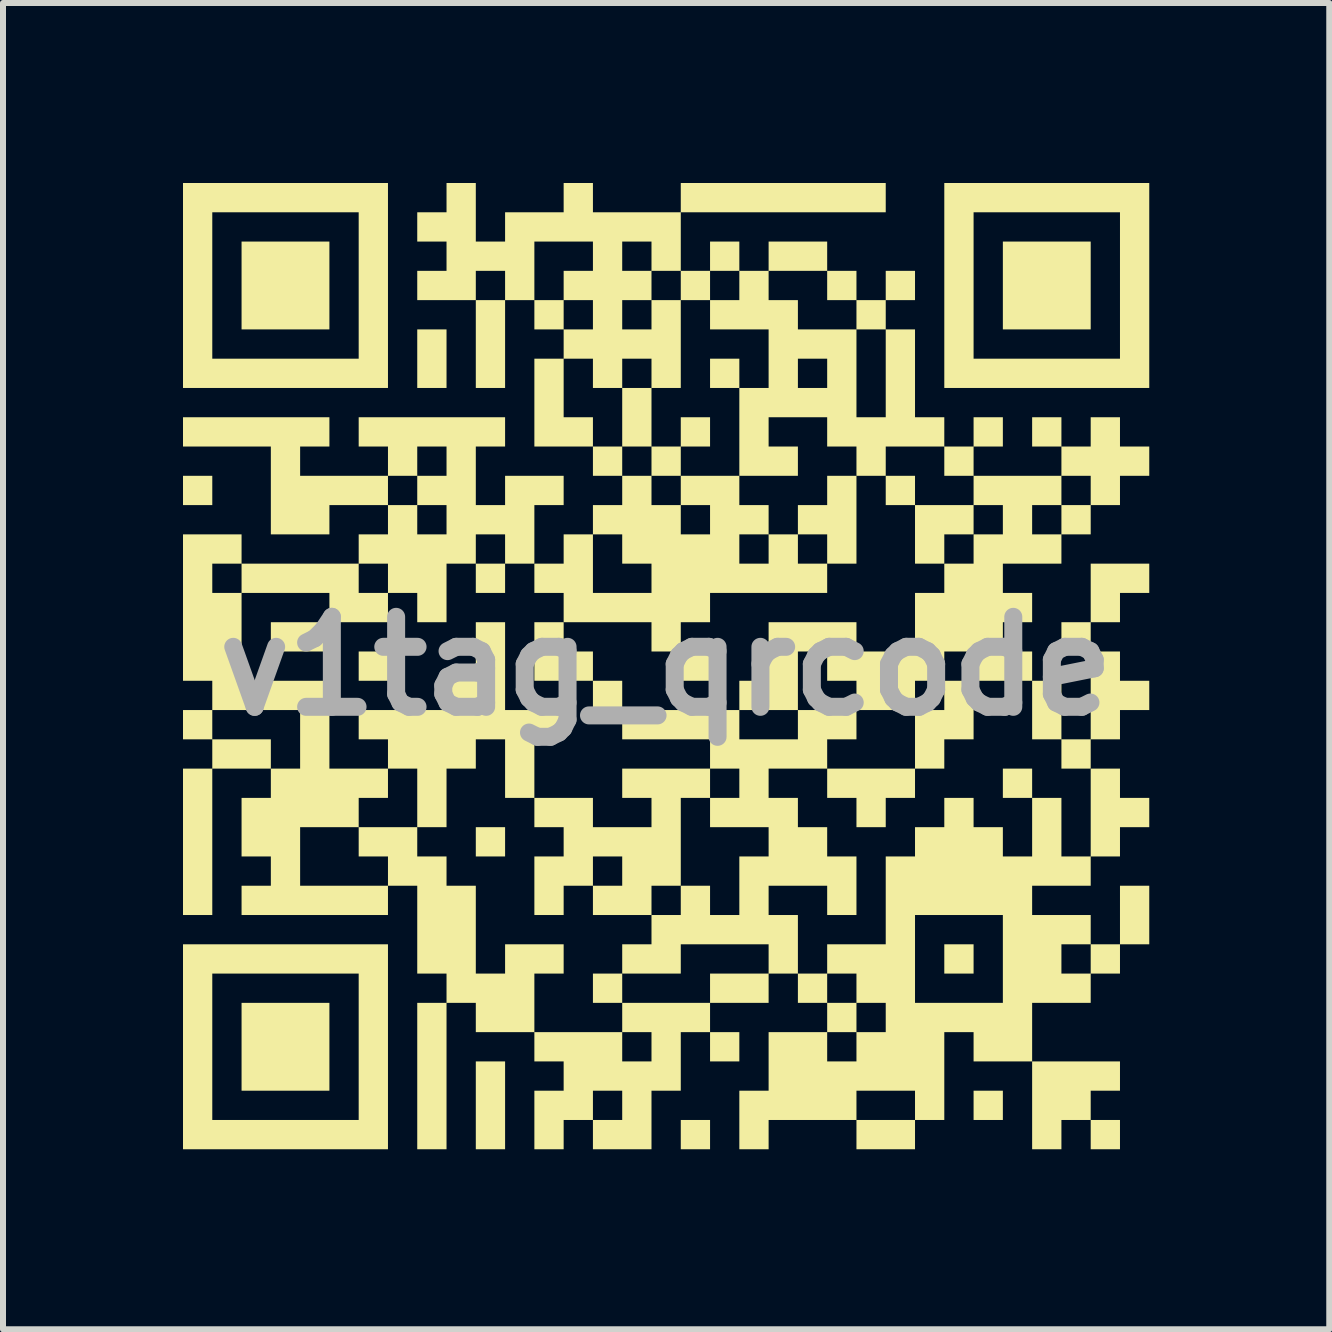
<source format=kicad_pcb>
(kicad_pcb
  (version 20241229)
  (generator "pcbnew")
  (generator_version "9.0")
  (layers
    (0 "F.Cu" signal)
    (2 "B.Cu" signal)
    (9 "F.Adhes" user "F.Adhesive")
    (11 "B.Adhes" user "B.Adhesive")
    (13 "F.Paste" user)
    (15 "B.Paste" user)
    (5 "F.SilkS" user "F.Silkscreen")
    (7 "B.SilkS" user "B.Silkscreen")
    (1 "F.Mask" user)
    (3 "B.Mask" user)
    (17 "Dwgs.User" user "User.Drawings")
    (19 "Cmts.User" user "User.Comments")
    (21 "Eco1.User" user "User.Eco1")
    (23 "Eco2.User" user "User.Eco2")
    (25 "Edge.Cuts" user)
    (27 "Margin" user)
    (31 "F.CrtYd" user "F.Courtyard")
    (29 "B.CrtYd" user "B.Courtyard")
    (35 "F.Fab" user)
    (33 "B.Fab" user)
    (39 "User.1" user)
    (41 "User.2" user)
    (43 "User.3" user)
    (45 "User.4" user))
  (footprint "v1tag_qrcode"
    (layer "F.Cu")
    (at 8.052 8.052)
    (property "Reference" "v1tag_qrcode" (at 0 0 0) (layer "F.Fab") (effects (font (size 1.5 1.5) (thickness 0.3))))
    (attr board_only exclude_from_pos_files exclude_from_bom)
    (fp_poly (pts (xy -7.564 -2.928) (xy -7.564 -2.684) (xy -7.808 -2.684) (xy -8.052 -2.684) (xy -8.052 -2.928) (xy -8.052 -3.172) (xy -7.808 -3.172) (xy -7.564 -3.172)) (stroke (width 0) (type solid)) (fill yes) (layer "F.SilkS"))
    (fp_poly (pts (xy -5.612 -6.344) (xy -5.612 -5.612) (xy -6.344 -5.612) (xy -7.076 -5.612) (xy -7.076 -6.344) (xy -7.076 -7.076) (xy -6.344 -7.076) (xy -5.612 -7.076)) (stroke (width 0) (type solid)) (fill yes) (layer "F.SilkS"))
    (fp_poly (pts (xy -5.612 -0.488) (xy -5.612 -0.244) (xy -6.1 -0.244) (xy -6.588 -0.244) (xy -6.588 -0.488) (xy -6.588 -0.732) (xy -6.1 -0.732) (xy -5.612 -0.732)) (stroke (width 0) (type solid)) (fill yes) (layer "F.SilkS"))
    (fp_poly (pts (xy -5.612 6.344) (xy -5.612 7.076) (xy -6.344 7.076) (xy -7.076 7.076) (xy -7.076 6.344) (xy -7.076 5.612) (xy -6.344 5.612) (xy -5.612 5.612)) (stroke (width 0) (type solid)) (fill yes) (layer "F.SilkS"))
    (fp_poly (pts (xy -4.636 0) (xy -4.636 0.244) (xy -4.88 0.244) (xy -5.124 0.244) (xy -5.124 0) (xy -5.124 -0.244) (xy -4.88 -0.244) (xy -4.636 -0.244)) (stroke (width 0) (type solid)) (fill yes) (layer "F.SilkS"))
    (fp_poly (pts (xy -3.66 -5.124) (xy -3.66 -4.636) (xy -3.904 -4.636) (xy -4.148 -4.636) (xy -4.148 -5.124) (xy -4.148 -5.612) (xy -3.904 -5.612) (xy -3.66 -5.612)) (stroke (width 0) (type solid)) (fill yes) (layer "F.SilkS"))
    (fp_poly (pts (xy -2.684 -1.464) (xy -2.684 -1.22) (xy -2.928 -1.22) (xy -3.172 -1.22) (xy -3.172 -1.464) (xy -3.172 -1.708) (xy -2.928 -1.708) (xy -2.684 -1.708)) (stroke (width 0) (type solid)) (fill yes) (layer "F.SilkS"))
    (fp_poly (pts (xy -2.684 2.928) (xy -2.684 3.172) (xy -2.928 3.172) (xy -3.172 3.172) (xy -3.172 2.928) (xy -3.172 2.684) (xy -2.928 2.684) (xy -2.684 2.684)) (stroke (width 0) (type solid)) (fill yes) (layer "F.SilkS"))
    (fp_poly (pts (xy -2.684 7.32) (xy -2.684 8.052) (xy -2.928 8.052) (xy -3.172 8.052) (xy -3.172 7.32) (xy -3.172 6.588) (xy -2.928 6.588) (xy -2.684 6.588)) (stroke (width 0) (type solid)) (fill yes) (layer "F.SilkS"))
    (fp_poly (pts (xy -0.732 -3.416) (xy -0.732 -3.172) (xy -0.976 -3.172) (xy -1.22 -3.172) (xy -1.22 -3.416) (xy -1.22 -3.66) (xy -0.976 -3.66) (xy -0.732 -3.66)) (stroke (width 0) (type solid)) (fill yes) (layer "F.SilkS"))
    (fp_poly (pts (xy -0.732 0.488) (xy -0.732 0.732) (xy -0.976 0.732) (xy -1.22 0.732) (xy -1.22 0.488) (xy -1.22 0.244) (xy -0.976 0.244) (xy -0.732 0.244)) (stroke (width 0) (type solid)) (fill yes) (layer "F.SilkS"))
    (fp_poly (pts (xy -0.732 5.368) (xy -0.732 5.612) (xy -0.976 5.612) (xy -1.22 5.612) (xy -1.22 5.368) (xy -1.22 5.124) (xy -0.976 5.124) (xy -0.732 5.124)) (stroke (width 0) (type solid)) (fill yes) (layer "F.SilkS"))
    (fp_poly (pts (xy 0.732 0) (xy 0.732 0.244) (xy 0.488 0.244) (xy 0.244 0.244) (xy 0.244 0) (xy 0.244 -0.244) (xy 0.488 -0.244) (xy 0.732 -0.244)) (stroke (width 0) (type solid)) (fill yes) (layer "F.SilkS"))
    (fp_poly (pts (xy 0.732 7.808) (xy 0.732 8.052) (xy 0.488 8.052) (xy 0.244 8.052) (xy 0.244 7.808) (xy 0.244 7.564) (xy 0.488 7.564) (xy 0.732 7.564)) (stroke (width 0) (type solid)) (fill yes) (layer "F.SilkS"))
    (fp_poly (pts (xy 1.22 -4.88) (xy 1.22 -4.636) (xy 0.976 -4.636) (xy 0.732 -4.636) (xy 0.732 -4.88) (xy 0.732 -5.124) (xy 0.976 -5.124) (xy 1.22 -5.124)) (stroke (width 0) (type solid)) (fill yes) (layer "F.SilkS"))
    (fp_poly (pts (xy 1.22 6.344) (xy 1.22 6.588) (xy 0.976 6.588) (xy 0.732 6.588) (xy 0.732 6.344) (xy 0.732 6.1) (xy 0.976 6.1) (xy 1.22 6.1)) (stroke (width 0) (type solid)) (fill yes) (layer "F.SilkS"))
    (fp_poly (pts (xy 4.148 -2.928) (xy 4.148 -2.684) (xy 3.904 -2.684) (xy 3.66 -2.684) (xy 3.66 -2.928) (xy 3.66 -3.172) (xy 3.904 -3.172) (xy 4.148 -3.172)) (stroke (width 0) (type solid)) (fill yes) (layer "F.SilkS"))
    (fp_poly (pts (xy 5.124 4.88) (xy 5.124 5.124) (xy 4.88 5.124) (xy 4.636 5.124) (xy 4.636 4.88) (xy 4.636 4.636) (xy 4.88 4.636) (xy 5.124 4.636)) (stroke (width 0) (type solid)) (fill yes) (layer "F.SilkS"))
    (fp_poly (pts (xy 5.612 7.32) (xy 5.612 7.564) (xy 5.368 7.564) (xy 5.124 7.564) (xy 5.124 7.32) (xy 5.124 7.076) (xy 5.368 7.076) (xy 5.612 7.076)) (stroke (width 0) (type solid)) (fill yes) (layer "F.SilkS"))
    (fp_poly (pts (xy 6.1 1.952) (xy 6.1 2.196) (xy 5.856 2.196) (xy 5.612 2.196) (xy 5.612 1.952) (xy 5.612 1.708) (xy 5.856 1.708) (xy 6.1 1.708)) (stroke (width 0) (type solid)) (fill yes) (layer "F.SilkS"))
    (fp_poly (pts (xy 7.076 -6.344) (xy 7.076 -5.612) (xy 6.344 -5.612) (xy 5.612 -5.612) (xy 5.612 -6.344) (xy 5.612 -7.076) (xy 6.344 -7.076) (xy 7.076 -7.076)) (stroke (width 0) (type solid)) (fill yes) (layer "F.SilkS"))
    (fp_poly (pts (xy 7.564 7.808) (xy 7.564 8.052) (xy 7.32 8.052) (xy 7.076 8.052) (xy 7.076 7.808) (xy 7.076 7.564) (xy 7.32 7.564) (xy 7.564 7.564)) (stroke (width 0) (type solid)) (fill yes) (layer "F.SilkS"))
    (fp_poly (pts (xy -1.708 -0.488) (xy -1.708 -0.244) (xy -1.464 -0.244) (xy -1.22 -0.244) (xy -1.22 0) (xy -1.22 0.244) (xy -1.708 0.244) (xy -2.196 0.244) (xy -2.196 -0.244) (xy -2.196 -0.732) (xy -1.952 -0.732) (xy -1.708 -0.732)) (stroke (width 0) (type solid)) (fill yes) (layer "F.SilkS"))
    (fp_poly (pts (xy 5.124 -2.44) (xy 5.124 -2.196) (xy 4.88 -2.196) (xy 4.636 -2.196) (xy 4.636 -1.952) (xy 4.636 -1.708) (xy 4.392 -1.708) (xy 4.148 -1.708) (xy 4.148 -2.196) (xy 4.148 -2.684) (xy 4.636 -2.684) (xy 5.124 -2.684)) (stroke (width 0) (type solid)) (fill yes) (layer "F.SilkS"))
    (fp_poly (pts (xy 3.172 -2.44) (xy 3.172 -1.708) (xy 2.928 -1.708) (xy 2.684 -1.708) (xy 2.684 -1.952) (xy 2.684 -2.196) (xy 2.44 -2.196) (xy 2.196 -2.196) (xy 2.196 -2.44) (xy 2.196 -2.684) (xy 2.44 -2.684) (xy 2.684 -2.684) (xy 2.684 -2.928) (xy 2.684 -3.172) (xy 2.928 -3.172) (xy 3.172 -3.172)) (stroke (width 0) (type solid)) (fill yes) (layer "F.SilkS"))
    (fp_poly (pts (xy 7.564 6.832) (xy 7.564 7.076) (xy 7.32 7.076) (xy 7.076 7.076) (xy 7.076 7.32) (xy 7.076 7.564) (xy 6.832 7.564) (xy 6.588 7.564) (xy 6.588 7.808) (xy 6.588 8.052) (xy 6.344 8.052) (xy 6.1 8.052) (xy 6.1 7.32) (xy 6.1 6.588) (xy 6.832 6.588) (xy 7.564 6.588)) (stroke (width 0) (type solid)) (fill yes) (layer "F.SilkS"))
    (fp_poly (pts (xy -4.636 -6.344) (xy -4.636 -4.636) (xy -6.344 -4.636) (xy -8.052 -4.636) (xy -8.052 -6.344) (xy -7.564 -6.344) (xy -7.564 -5.124) (xy -6.344 -5.124) (xy -5.124 -5.124) (xy -5.124 -6.344) (xy -5.124 -7.564) (xy -6.344 -7.564) (xy -7.564 -7.564) (xy -7.564 -6.344) (xy -8.052 -6.344) (xy -8.052 -8.052) (xy -6.344 -8.052) (xy -4.636 -8.052)) (stroke (width 0) (type solid)) (fill yes) (layer "F.SilkS"))
    (fp_poly (pts (xy -4.636 6.344) (xy -4.636 8.052) (xy -6.344 8.052) (xy -8.052 8.052) (xy -8.052 6.344) (xy -7.564 6.344) (xy -7.564 7.564) (xy -6.344 7.564) (xy -5.124 7.564) (xy -5.124 6.344) (xy -5.124 5.124) (xy -6.344 5.124) (xy -7.564 5.124) (xy -7.564 6.344) (xy -8.052 6.344) (xy -8.052 4.636) (xy -6.344 4.636) (xy -4.636 4.636)) (stroke (width 0) (type solid)) (fill yes) (layer "F.SilkS"))
    (fp_poly (pts (xy 8.052 -6.344) (xy 8.052 -4.636) (xy 6.344 -4.636) (xy 4.636 -4.636) (xy 4.636 -6.344) (xy 5.124 -6.344) (xy 5.124 -5.124) (xy 6.344 -5.124) (xy 7.564 -5.124) (xy 7.564 -6.344) (xy 7.564 -7.564) (xy 6.344 -7.564) (xy 5.124 -7.564) (xy 5.124 -6.344) (xy 4.636 -6.344) (xy 4.636 -8.052) (xy 6.344 -8.052) (xy 8.052 -8.052)) (stroke (width 0) (type solid)) (fill yes) (layer "F.SilkS"))
    (fp_poly (pts (xy 8.052 -1.464) (xy 8.052 -1.22) (xy 7.808 -1.22) (xy 7.564 -1.22) (xy 7.564 -0.976) (xy 7.564 -0.732) (xy 7.32 -0.732) (xy 7.076 -0.732) (xy 7.076 -0.488) (xy 7.076 -0.244) (xy 6.832 -0.244) (xy 6.588 -0.244) (xy 6.588 -0.488) (xy 6.588 -0.732) (xy 6.832 -0.732) (xy 7.076 -0.732) (xy 7.076 -1.22) (xy 7.076 -1.708) (xy 7.564 -1.708) (xy 8.052 -1.708)) (stroke (width 0) (type solid)) (fill yes) (layer "F.SilkS"))
    (fp_poly (pts (xy -0.244 -4.148) (xy -0.244 -3.66) (xy 0 -3.66) (xy 0.244 -3.66) (xy 0.244 -3.904) (xy 0.244 -4.148) (xy 0.488 -4.148) (xy 0.732 -4.148) (xy 0.732 -3.904) (xy 0.732 -3.66) (xy 0.488 -3.66) (xy 0.244 -3.66) (xy 0.244 -3.416) (xy 0.244 -3.172) (xy 0 -3.172) (xy -0.244 -3.172) (xy -0.244 -3.416) (xy -0.244 -3.66) (xy -0.488 -3.66) (xy -0.732 -3.66) (xy -0.732 -4.148) (xy -0.732 -4.636) (xy -0.488 -4.636) (xy -0.244 -4.636)) (stroke (width 0) (type solid)) (fill yes) (layer "F.SilkS"))
    (fp_poly (pts (xy 5.124 0.732) (xy 5.124 1.22) (xy 4.88 1.22) (xy 4.636 1.22) (xy 4.636 1.464) (xy 4.636 1.708) (xy 4.392 1.708) (xy 4.148 1.708) (xy 4.148 1.952) (xy 4.148 2.196) (xy 3.904 2.196) (xy 3.66 2.196) (xy 3.66 2.44) (xy 3.66 2.684) (xy 3.416 2.684) (xy 3.172 2.684) (xy 3.172 2.44) (xy 3.172 2.196) (xy 2.928 2.196) (xy 2.684 2.196) (xy 2.684 1.952) (xy 2.684 1.708) (xy 3.416 1.708) (xy 4.148 1.708) (xy 4.148 1.22) (xy 4.148 0.732) (xy 4.392 0.732) (xy 4.636 0.732) (xy 4.636 0.488) (xy 4.636 0.244) (xy 4.88 0.244) (xy 5.124 0.244)) (stroke (width 0) (type solid)) (fill yes) (layer "F.SilkS"))
    (fp_poly (pts (xy 7.564 0) (xy 7.564 0.244) (xy 7.808 0.244) (xy 8.052 0.244) (xy 8.052 0.488) (xy 8.052 0.732) (xy 7.808 0.732) (xy 7.564 0.732) (xy 7.564 0.976) (xy 7.564 1.22) (xy 7.32 1.22) (xy 7.076 1.22) (xy 7.076 1.464) (xy 7.076 1.708) (xy 6.832 1.708) (xy 6.588 1.708) (xy 6.588 1.464) (xy 6.588 1.22) (xy 6.344 1.22) (xy 6.1 1.22) (xy 6.1 0.732) (xy 6.1 0.244) (xy 6.344 0.244) (xy 6.588 0.244) (xy 6.588 0.732) (xy 6.588 1.22) (xy 6.832 1.22) (xy 7.076 1.22) (xy 7.076 0.488) (xy 7.076 -0.244) (xy 7.32 -0.244) (xy 7.564 -0.244)) (stroke (width 0) (type solid)) (fill yes) (layer "F.SilkS"))
    (fp_poly (pts (xy -2.684 0) (xy -2.684 0.732) (xy -2.196 0.732) (xy -1.708 0.732) (xy -1.708 0.976) (xy -1.708 1.22) (xy -1.952 1.22) (xy -2.196 1.22) (xy -2.196 1.708) (xy -2.196 2.196) (xy -2.44 2.196) (xy -2.684 2.196) (xy -2.684 1.708) (xy -2.684 1.22) (xy -2.928 1.22) (xy -3.172 1.22) (xy -3.172 1.464) (xy -3.172 1.708) (xy -3.416 1.708) (xy -3.66 1.708) (xy -3.66 2.196) (xy -3.66 2.684) (xy -3.904 2.684) (xy -4.148 2.684) (xy -4.148 2.196) (xy -4.148 1.708) (xy -4.392 1.708) (xy -4.636 1.708) (xy -4.636 1.464) (xy -4.636 1.22) (xy -4.88 1.22) (xy -5.124 1.22) (xy -5.124 0.976) (xy -5.124 0.732) (xy -4.392 0.732) (xy -3.66 0.732) (xy -3.66 0.488) (xy -3.66 0.244) (xy -3.416 0.244) (xy -3.172 0.244) (xy -3.172 -0.244) (xy -3.172 -0.732) (xy -2.928 -0.732) (xy -2.684 -0.732)) (stroke (width 0) (type solid)) (fill yes) (layer "F.SilkS"))
    (fp_poly (pts (xy 0.732 1.952) (xy 0.732 2.196) (xy 0.488 2.196) (xy 0.244 2.196) (xy 0.244 2.928) (xy 0.244 3.66) (xy 0 3.66) (xy -0.244 3.66) (xy -0.244 3.904) (xy -0.244 4.148) (xy -0.732 4.148) (xy -1.22 4.148) (xy -1.22 3.904) (xy -1.22 3.66) (xy -1.464 3.66) (xy -1.708 3.66) (xy -1.708 3.904) (xy -1.708 4.148) (xy -1.952 4.148) (xy -2.196 4.148) (xy -2.196 3.66) (xy -2.196 3.416) (xy -1.22 3.416) (xy -1.22 3.66) (xy -0.976 3.66) (xy -0.732 3.66) (xy -0.732 3.416) (xy -0.732 3.172) (xy -0.976 3.172) (xy -1.22 3.172) (xy -1.22 3.416) (xy -2.196 3.416) (xy -2.196 3.172) (xy -1.952 3.172) (xy -1.708 3.172) (xy -1.708 2.928) (xy -1.708 2.684) (xy -1.952 2.684) (xy -2.196 2.684) (xy -2.196 2.44) (xy -2.196 2.196) (xy -1.708 2.196) (xy -1.22 2.196) (xy -1.22 2.44) (xy -1.22 2.684) (xy -0.732 2.684) (xy -0.244 2.684) (xy -0.244 2.44) (xy -0.244 2.196) (xy -0.488 2.196) (xy -0.732 2.196) (xy -0.732 1.952) (xy -0.732 1.708) (xy 0 1.708) (xy 0.732 1.708)) (stroke (width 0) (type solid)) (fill yes) (layer "F.SilkS"))
    (fp_poly (pts (xy -3.172 -7.564) (xy -3.172 -7.076) (xy -2.928 -7.076) (xy -2.684 -7.076) (xy -2.684 -7.32) (xy -2.684 -7.564) (xy -2.196 -7.564) (xy -1.708 -7.564) (xy -1.708 -7.808) (xy -1.708 -8.052) (xy -1.464 -8.052) (xy -1.22 -8.052) (xy -1.22 -7.808) (xy -1.22 -7.564) (xy -0.488 -7.564) (xy 0.244 -7.564) (xy 0.244 -7.808) (xy 0.244 -8.052) (xy 1.952 -8.052) (xy 3.66 -8.052) (xy 3.66 -7.808) (xy 3.66 -7.564) (xy 1.952 -7.564) (xy 0.244 -7.564) (xy 0.244 -7.076) (xy 0.244 -6.588) (xy 0.488 -6.588) (xy 0.732 -6.588) (xy 0.732 -6.832) (xy 0.732 -7.076) (xy 0.976 -7.076) (xy 1.22 -7.076) (xy 1.22 -6.832) (xy 1.22 -6.588) (xy 1.464 -6.588) (xy 1.708 -6.588) (xy 1.708 -6.832) (xy 1.708 -7.076) (xy 2.196 -7.076) (xy 2.684 -7.076) (xy 2.684 -6.832) (xy 2.684 -6.588) (xy 2.196 -6.588) (xy 1.708 -6.588) (xy 1.708 -6.344) (xy 1.708 -6.1) (xy 1.952 -6.1) (xy 2.196 -6.1) (xy 2.196 -5.856) (xy 2.196 -5.612) (xy 2.684 -5.612) (xy 3.172 -5.612) (xy 3.172 -5.856) (xy 3.172 -6.1) (xy 2.928 -6.1) (xy 2.684 -6.1) (xy 2.684 -6.344) (xy 2.684 -6.588) (xy 2.928 -6.588) (xy 3.172 -6.588) (xy 3.172 -6.344) (xy 3.172 -6.1) (xy 3.416 -6.1) (xy 3.66 -6.1) (xy 3.66 -6.344) (xy 3.66 -6.588) (xy 3.904 -6.588) (xy 4.148 -6.588) (xy 4.148 -6.344) (xy 4.148 -6.1) (xy 3.904 -6.1) (xy 3.66 -6.1) (xy 3.66 -5.856) (xy 3.66 -5.612) (xy 3.416 -5.612) (xy 3.172 -5.612) (xy 3.172 -4.88) (xy 3.172 -4.148) (xy 3.416 -4.148) (xy 3.66 -4.148) (xy 3.66 -4.88) (xy 3.66 -5.612) (xy 3.904 -5.612) (xy 4.148 -5.612) (xy 4.148 -4.88) (xy 4.148 -4.148) (xy 4.392 -4.148) (xy 4.636 -4.148) (xy 4.636 -3.904) (xy 4.636 -3.66) (xy 4.88 -3.66) (xy 5.124 -3.66) (xy 5.124 -3.904) (xy 5.124 -4.148) (xy 5.368 -4.148) (xy 5.612 -4.148) (xy 5.612 -3.904) (xy 5.612 -3.66) (xy 5.368 -3.66) (xy 5.124 -3.66) (xy 5.124 -3.416) (xy 5.124 -3.172) (xy 5.856 -3.172) (xy 6.588 -3.172) (xy 6.588 -3.416) (xy 6.588 -3.66) (xy 6.344 -3.66) (xy 6.1 -3.66) (xy 6.1 -3.904) (xy 6.1 -4.148) (xy 6.344 -4.148) (xy 6.588 -4.148) (xy 6.588 -3.904) (xy 6.588 -3.66) (xy 6.832 -3.66) (xy 7.076 -3.66) (xy 7.076 -3.904) (xy 7.076 -4.148) (xy 7.32 -4.148) (xy 7.564 -4.148) (xy 7.564 -3.904) (xy 7.564 -3.66) (xy 7.808 -3.66) (xy 8.052 -3.66) (xy 8.052 -3.416) (xy 8.052 -3.172) (xy 7.808 -3.172) (xy 7.564 -3.172) (xy 7.564 -2.928) (xy 7.564 -2.684) (xy 7.32 -2.684) (xy 7.076 -2.684) (xy 7.076 -2.44) (xy 7.076 -2.196) (xy 6.832 -2.196) (xy 6.588 -2.196) (xy 6.588 -1.952) (xy 6.588 -1.708) (xy 6.1 -1.708) (xy 5.612 -1.708) (xy 5.612 -1.464) (xy 5.612 -1.22) (xy 5.856 -1.22) (xy 6.1 -1.22) (xy 6.1 -0.976) (xy 6.1 -0.732) (xy 5.856 -0.732) (xy 5.612 -0.732) (xy 5.612 -0.488) (xy 5.612 -0.244) (xy 5.856 -0.244) (xy 6.1 -0.244) (xy 6.1 0) (xy 6.1 0.244) (xy 5.612 0.244) (xy 5.124 0.244) (xy 5.124 0) (xy 5.124 -0.244) (xy 4.88 -0.244) (xy 4.636 -0.244) (xy 4.636 0) (xy 4.636 0.244) (xy 4.392 0.244) (xy 4.148 0.244) (xy 4.148 0.488) (xy 4.148 0.732) (xy 3.66 0.732) (xy 3.172 0.732) (xy 3.172 0.488) (xy 3.172 0.244) (xy 2.928 0.244) (xy 2.684 0.244) (xy 2.684 0) (xy 2.684 -0.244) (xy 2.44 -0.244) (xy 2.196 -0.244) (xy 2.196 0.244) (xy 2.196 0.732) (xy 1.708 0.732) (xy 1.22 0.732) (xy 1.22 0.488) (xy 1.22 0.244) (xy 1.464 0.244) (xy 1.708 0.244) (xy 1.708 -0.244) (xy 1.708 -0.732) (xy 2.44 -0.732) (xy 3.172 -0.732) (xy 3.172 -0.488) (xy 3.172 -0.244) (xy 3.66 -0.244) (xy 4.148 -0.244) (xy 4.148 -0.732) (xy 4.148 -1.22) (xy 4.392 -1.22) (xy 4.636 -1.22) (xy 4.636 -1.464) (xy 4.636 -1.708) (xy 4.88 -1.708) (xy 5.124 -1.708) (xy 5.124 -1.952) (xy 5.124 -2.196) (xy 5.368 -2.196) (xy 5.612 -2.196) (xy 5.612 -2.44) (xy 5.612 -2.684) (xy 6.1 -2.684) (xy 6.1 -2.44) (xy 6.1 -2.196) (xy 6.344 -2.196) (xy 6.588 -2.196) (xy 6.588 -2.44) (xy 6.588 -2.684) (xy 6.832 -2.684) (xy 7.076 -2.684) (xy 7.076 -2.928) (xy 7.076 -3.172) (xy 6.832 -3.172) (xy 6.588 -3.172) (xy 6.588 -2.928) (xy 6.588 -2.684) (xy 6.344 -2.684) (xy 6.1 -2.684) (xy 5.612 -2.684) (xy 5.368 -2.684) (xy 5.124 -2.684) (xy 5.124 -2.928) (xy 5.124 -3.172) (xy 4.88 -3.172) (xy 4.636 -3.172) (xy 4.636 -3.416) (xy 4.636 -3.66) (xy 4.148 -3.66) (xy 3.66 -3.66) (xy 3.66 -3.416) (xy 3.66 -3.172) (xy 3.416 -3.172) (xy 3.172 -3.172) (xy 3.172 -3.416) (xy 3.172 -3.66) (xy 2.928 -3.66) (xy 2.684 -3.66) (xy 2.684 -3.904) (xy 2.684 -4.148) (xy 2.196 -4.148) (xy 1.708 -4.148) (xy 1.708 -3.904) (xy 1.708 -3.66) (xy 1.952 -3.66) (xy 2.196 -3.66) (xy 2.196 -3.416) (xy 2.196 -3.172) (xy 1.708 -3.172) (xy 1.22 -3.172) (xy 1.22 -3.904) (xy 1.22 -4.636) (xy 1.464 -4.636) (xy 1.708 -4.636) (xy 1.708 -4.88) (xy 2.196 -4.88) (xy 2.196 -4.636) (xy 2.44 -4.636) (xy 2.684 -4.636) (xy 2.684 -4.88) (xy 2.684 -5.124) (xy 2.44 -5.124) (xy 2.196 -5.124) (xy 2.196 -4.88) (xy 1.708 -4.88) (xy 1.708 -5.124) (xy 1.708 -5.612) (xy 1.22 -5.612) (xy 0.732 -5.612) (xy 0.732 -5.856) (xy 0.732 -6.1) (xy 0.976 -6.1) (xy 1.22 -6.1) (xy 1.22 -6.344) (xy 1.22 -6.588) (xy 0.976 -6.588) (xy 0.732 -6.588) (xy 0.732 -6.344) (xy 0.732 -6.1) (xy 0.488 -6.1) (xy 0.244 -6.1) (xy 0.244 -6.344) (xy 0.244 -6.588) (xy 0 -6.588) (xy -0.244 -6.588) (xy -0.244 -6.344) (xy -0.244 -6.1) (xy -0.488 -6.1) (xy -0.732 -6.1) (xy -0.732 -5.856) (xy -0.732 -5.612) (xy -0.488 -5.612) (xy -0.244 -5.612) (xy -0.244 -5.856) (xy -0.244 -6.1) (xy 0 -6.1) (xy 0.244 -6.1) (xy 0.244 -5.368) (xy 0.244 -4.636) (xy 0 -4.636) (xy -0.244 -4.636) (xy -0.244 -4.88) (xy -0.244 -5.124) (xy -0.488 -5.124) (xy -0.732 -5.124) (xy -0.732 -4.88) (xy -0.732 -4.636) (xy -0.976 -4.636) (xy -1.22 -4.636) (xy -1.22 -4.88) (xy -1.22 -5.124) (xy -1.464 -5.124) (xy -1.708 -5.124) (xy -1.708 -4.636) (xy -1.708 -4.148) (xy -1.464 -4.148) (xy -1.22 -4.148) (xy -1.22 -3.904) (xy -1.22 -3.66) (xy -1.708 -3.66) (xy -2.196 -3.66) (xy -2.196 -4.392) (xy -2.196 -5.124) (xy -1.952 -5.124) (xy -1.708 -5.124) (xy -1.708 -5.368) (xy -1.708 -5.612) (xy -1.952 -5.612) (xy -2.196 -5.612) (xy -2.196 -5.856) (xy -1.708 -5.856) (xy -1.708 -5.612) (xy -1.464 -5.612) (xy -1.22 -5.612) (xy -1.22 -5.856) (xy -1.22 -6.1) (xy -1.464 -6.1) (xy -1.708 -6.1) (xy -1.708 -5.856) (xy -2.196 -5.856) (xy -2.196 -6.1) (xy -2.44 -6.1) (xy -2.684 -6.1) (xy -2.684 -5.368) (xy -2.684 -4.636) (xy -2.928 -4.636) (xy -3.172 -4.636) (xy -3.172 -5.368) (xy -3.172 -6.1) (xy -3.66 -6.1) (xy -4.148 -6.1) (xy -4.148 -6.344) (xy -3.172 -6.344) (xy -3.172 -6.1) (xy -2.928 -6.1) (xy -2.684 -6.1) (xy -2.684 -6.344) (xy -2.684 -6.588) (xy -2.196 -6.588) (xy -2.196 -6.1) (xy -1.952 -6.1) (xy -1.708 -6.1) (xy -1.708 -6.344) (xy -1.708 -6.588) (xy -1.464 -6.588) (xy -1.22 -6.588) (xy -1.22 -6.832) (xy -0.732 -6.832) (xy -0.732 -6.588) (xy -0.488 -6.588) (xy -0.244 -6.588) (xy -0.244 -6.832) (xy -0.244 -7.076) (xy -0.488 -7.076) (xy -0.732 -7.076) (xy -0.732 -6.832) (xy -1.22 -6.832) (xy -1.22 -7.076) (xy -1.708 -7.076) (xy -2.196 -7.076) (xy -2.196 -6.588) (xy -2.684 -6.588) (xy -2.928 -6.588) (xy -3.172 -6.588) (xy -3.172 -6.344) (xy -4.148 -6.344) (xy -4.148 -6.588) (xy -3.904 -6.588) (xy -3.66 -6.588) (xy -3.66 -6.832) (xy -3.66 -7.076) (xy -3.904 -7.076) (xy -4.148 -7.076) (xy -4.148 -7.32) (xy -4.148 -7.564) (xy -3.904 -7.564) (xy -3.66 -7.564) (xy -3.66 -7.808) (xy -3.66 -8.052) (xy -3.416 -8.052) (xy -3.172 -8.052)) (stroke (width 0) (type solid)) (fill yes) (layer "F.SilkS"))
    (fp_poly (pts (xy -5.612 -3.904) (xy -5.612 -3.66) (xy -5.856 -3.66) (xy -6.1 -3.66) (xy -6.1 -3.416) (xy -6.1 -3.172) (xy -5.368 -3.172) (xy -4.636 -3.172) (xy -4.636 -2.928) (xy -4.636 -2.684) (xy -4.392 -2.684) (xy -4.148 -2.684) (xy -4.148 -2.928) (xy -4.148 -3.172) (xy -3.904 -3.172) (xy -3.66 -3.172) (xy -3.66 -3.416) (xy -3.66 -3.66) (xy -3.904 -3.66) (xy -4.148 -3.66) (xy -4.148 -3.416) (xy -4.148 -3.172) (xy -4.392 -3.172) (xy -4.636 -3.172) (xy -4.636 -3.416) (xy -4.636 -3.66) (xy -4.88 -3.66) (xy -5.124 -3.66) (xy -5.124 -3.904) (xy -5.124 -4.148) (xy -3.904 -4.148) (xy -2.684 -4.148) (xy -2.684 -3.904) (xy -2.684 -3.66) (xy -2.928 -3.66) (xy -3.172 -3.66) (xy -3.172 -3.172) (xy -3.172 -2.684) (xy -2.928 -2.684) (xy -2.684 -2.684) (xy -2.684 -2.928) (xy -2.684 -3.172) (xy -2.196 -3.172) (xy -1.708 -3.172) (xy -1.708 -2.928) (xy -1.708 -2.684) (xy -1.952 -2.684) (xy -2.196 -2.684) (xy -2.196 -2.196) (xy -2.196 -1.708) (xy -1.952 -1.708) (xy -1.708 -1.708) (xy -1.22 -1.708) (xy -1.22 -1.22) (xy -0.732 -1.22) (xy -0.244 -1.22) (xy -0.244 -1.464) (xy -0.244 -1.708) (xy -0.488 -1.708) (xy -0.732 -1.708) (xy -0.732 -1.952) (xy -0.732 -2.196) (xy -0.976 -2.196) (xy -1.22 -2.196) (xy -1.22 -1.708) (xy -1.708 -1.708) (xy -1.708 -1.952) (xy -1.708 -2.196) (xy -1.464 -2.196) (xy -1.22 -2.196) (xy -1.22 -2.44) (xy 0.244 -2.44) (xy 0.244 -2.196) (xy 0.488 -2.196) (xy 0.732 -2.196) (xy 0.732 -2.44) (xy 0.732 -2.684) (xy 0.488 -2.684) (xy 0.244 -2.684) (xy 0.244 -2.44) (xy -1.22 -2.44) (xy -1.22 -2.684) (xy -0.976 -2.684) (xy -0.732 -2.684) (xy -0.732 -2.928) (xy -0.732 -3.172) (xy -0.488 -3.172) (xy -0.244 -3.172) (xy -0.244 -2.928) (xy -0.244 -2.684) (xy 0 -2.684) (xy 0.244 -2.684) (xy 0.244 -2.928) (xy 0.244 -3.172) (xy 0.732 -3.172) (xy 1.22 -3.172) (xy 1.22 -2.928) (xy 1.22 -2.684) (xy 1.464 -2.684) (xy 1.708 -2.684) (xy 1.708 -2.44) (xy 1.708 -2.196) (xy 1.464 -2.196) (xy 1.22 -2.196) (xy 1.22 -1.952) (xy 1.22 -1.708) (xy 1.464 -1.708) (xy 1.708 -1.708) (xy 1.708 -1.952) (xy 1.708 -2.196) (xy 1.952 -2.196) (xy 2.196 -2.196) (xy 2.196 -1.952) (xy 2.196 -1.708) (xy 2.44 -1.708) (xy 2.684 -1.708) (xy 2.684 -1.464) (xy 2.684 -1.22) (xy 1.708 -1.22) (xy 0.732 -1.22) (xy 0.732 -0.976) (xy 0.732 -0.732) (xy 0.488 -0.732) (xy 0.244 -0.732) (xy 0.244 -0.488) (xy 0.244 -0.244) (xy 0 -0.244) (xy -0.244 -0.244) (xy -0.244 -0.488) (xy -0.244 -0.732) (xy -0.976 -0.732) (xy -1.708 -0.732) (xy -1.708 -0.976) (xy -1.708 -1.22) (xy -1.952 -1.22) (xy -2.196 -1.22) (xy -2.196 -1.464) (xy -2.196 -1.708) (xy -2.44 -1.708) (xy -2.684 -1.708) (xy -2.684 -1.952) (xy -2.684 -2.196) (xy -2.928 -2.196) (xy -3.172 -2.196) (xy -3.172 -1.952) (xy -3.172 -1.708) (xy -3.416 -1.708) (xy -3.66 -1.708) (xy -3.66 -1.22) (xy -3.66 -0.732) (xy -3.904 -0.732) (xy -4.148 -0.732) (xy -4.148 -0.976) (xy -4.148 -1.22) (xy -4.392 -1.22) (xy -4.636 -1.22) (xy -4.636 -0.976) (xy -4.636 -0.732) (xy -5.124 -0.732) (xy -5.612 -0.732) (xy -5.612 -0.976) (xy -5.612 -1.22) (xy -6.344 -1.22) (xy -7.076 -1.22) (xy -7.076 -0.488) (xy -7.076 0.244) (xy -6.344 0.244) (xy -5.612 0.244) (xy -5.612 0.976) (xy -5.612 1.708) (xy -5.124 1.708) (xy -4.636 1.708) (xy -4.636 1.952) (xy -4.636 2.196) (xy -4.88 2.196) (xy -5.124 2.196) (xy -5.124 2.44) (xy -5.124 2.684) (xy -5.612 2.684) (xy -6.1 2.684) (xy -6.1 3.172) (xy -6.1 3.66) (xy -5.368 3.66) (xy -4.636 3.66) (xy -4.636 3.416) (xy -4.636 3.172) (xy -4.88 3.172) (xy -5.124 3.172) (xy -5.124 2.928) (xy -5.124 2.684) (xy -4.636 2.684) (xy -4.148 2.684) (xy -4.148 2.928) (xy -4.148 3.172) (xy -3.904 3.172) (xy -3.66 3.172) (xy -3.66 3.416) (xy -3.66 3.66) (xy -3.416 3.66) (xy -3.172 3.66) (xy -3.172 4.392) (xy -3.172 5.124) (xy -2.928 5.124) (xy -2.684 5.124) (xy -2.684 4.88) (xy -2.684 4.636) (xy -2.196 4.636) (xy -1.708 4.636) (xy -1.708 4.88) (xy -1.708 5.124) (xy -1.952 5.124) (xy -2.196 5.124) (xy -2.196 5.612) (xy -2.196 6.1) (xy -1.464 6.1) (xy -0.732 6.1) (xy -0.732 5.856) (xy -0.732 5.612) (xy 0 5.612) (xy 0.732 5.612) (xy 0.732 5.368) (xy 0.732 5.124) (xy 1.22 5.124) (xy 1.708 5.124) (xy 1.708 4.88) (xy 1.708 4.636) (xy 0.976 4.636) (xy 0.244 4.636) (xy 0.244 4.88) (xy 0.244 5.124) (xy -0.244 5.124) (xy -0.732 5.124) (xy -0.732 4.88) (xy -0.732 4.636) (xy -0.488 4.636) (xy -0.244 4.636) (xy -0.244 4.392) (xy -0.244 4.148) (xy 0 4.148) (xy 0.244 4.148) (xy 0.244 3.904) (xy 0.244 3.66) (xy 0.488 3.66) (xy 0.732 3.66) (xy 0.732 3.904) (xy 0.732 4.148) (xy 0.976 4.148) (xy 1.22 4.148) (xy 1.22 3.66) (xy 1.22 3.172) (xy 1.464 3.172) (xy 1.708 3.172) (xy 1.708 2.928) (xy 1.708 2.684) (xy 1.22 2.684) (xy 0.732 2.684) (xy 0.732 2.44) (xy 0.732 2.196) (xy 0.976 2.196) (xy 1.22 2.196) (xy 1.22 1.952) (xy 1.22 1.708) (xy 0.976 1.708) (xy 0.732 1.708) (xy 0.732 1.464) (xy 0.732 1.22) (xy 0 1.22) (xy -0.732 1.22) (xy -0.732 0.976) (xy -0.732 0.732) (xy 0.244 0.732) (xy 1.22 0.732) (xy 1.22 0.976) (xy 1.22 1.22) (xy 1.708 1.22) (xy 2.196 1.22) (xy 2.196 0.976) (xy 2.196 0.732) (xy 2.684 0.732) (xy 3.172 0.732) (xy 3.172 0.976) (xy 3.172 1.22) (xy 2.928 1.22) (xy 2.684 1.22) (xy 2.684 1.464) (xy 2.684 1.708) (xy 2.196 1.708) (xy 1.708 1.708) (xy 1.708 1.952) (xy 1.708 2.196) (xy 1.952 2.196) (xy 2.196 2.196) (xy 2.196 2.44) (xy 2.196 2.684) (xy 2.44 2.684) (xy 2.684 2.684) (xy 2.684 2.928) (xy 2.684 3.172) (xy 2.928 3.172) (xy 3.172 3.172) (xy 3.172 3.66) (xy 3.172 4.148) (xy 2.928 4.148) (xy 2.684 4.148) (xy 2.684 3.904) (xy 2.684 3.66) (xy 2.196 3.66) (xy 1.708 3.66) (xy 1.708 3.904) (xy 1.708 4.148) (xy 1.952 4.148) (xy 2.196 4.148) (xy 2.196 4.636) (xy 2.196 5.124) (xy 2.44 5.124) (xy 2.684 5.124) (xy 2.684 4.88) (xy 4.148 4.88) (xy 4.148 5.612) (xy 4.88 5.612) (xy 5.612 5.612) (xy 5.612 4.88) (xy 6.588 4.88) (xy 6.588 5.124) (xy 6.832 5.124) (xy 7.076 5.124) (xy 7.076 4.88) (xy 7.076 4.636) (xy 6.832 4.636) (xy 6.588 4.636) (xy 6.588 4.88) (xy 5.612 4.88) (xy 5.612 4.148) (xy 4.88 4.148) (xy 4.148 4.148) (xy 4.148 4.88) (xy 2.684 4.88) (xy 2.684 4.636) (xy 3.172 4.636) (xy 3.66 4.636) (xy 3.66 3.904) (xy 3.66 3.172) (xy 3.904 3.172) (xy 4.148 3.172) (xy 4.148 2.928) (xy 4.148 2.684) (xy 4.392 2.684) (xy 4.636 2.684) (xy 4.636 2.44) (xy 4.636 2.196) (xy 4.88 2.196) (xy 5.124 2.196) (xy 5.124 2.44) (xy 5.124 2.684) (xy 5.368 2.684) (xy 5.612 2.684) (xy 5.612 2.928) (xy 5.612 3.172) (xy 5.856 3.172) (xy 6.1 3.172) (xy 6.1 2.684) (xy 6.1 2.196) (xy 6.344 2.196) (xy 6.588 2.196) (xy 6.588 2.684) (xy 6.588 3.172) (xy 6.832 3.172) (xy 7.076 3.172) (xy 7.076 2.44) (xy 7.076 1.708) (xy 7.32 1.708) (xy 7.564 1.708) (xy 7.564 1.952) (xy 7.564 2.196) (xy 7.808 2.196) (xy 8.052 2.196) (xy 8.052 2.44) (xy 8.052 2.684) (xy 7.808 2.684) (xy 7.564 2.684) (xy 7.564 2.928) (xy 7.564 3.172) (xy 7.32 3.172) (xy 7.076 3.172) (xy 7.076 3.416) (xy 7.076 3.66) (xy 6.588 3.66) (xy 6.1 3.66) (xy 6.1 3.904) (xy 6.1 4.148) (xy 6.588 4.148) (xy 7.076 4.148) (xy 7.076 4.392) (xy 7.076 4.636) (xy 7.32 4.636) (xy 7.564 4.636) (xy 7.564 4.148) (xy 7.564 3.66) (xy 7.808 3.66) (xy 8.052 3.66) (xy 8.052 4.148) (xy 8.052 4.636) (xy 7.808 4.636) (xy 7.564 4.636) (xy 7.564 4.88) (xy 7.564 5.124) (xy 7.32 5.124) (xy 7.076 5.124) (xy 7.076 5.368) (xy 7.076 5.612) (xy 6.588 5.612) (xy 6.1 5.612) (xy 6.1 6.1) (xy 6.1 6.588) (xy 5.612 6.588) (xy 5.124 6.588) (xy 5.124 6.344) (xy 5.124 6.1) (xy 4.88 6.1) (xy 4.636 6.1) (xy 4.636 6.832) (xy 4.636 7.564) (xy 4.392 7.564) (xy 4.148 7.564) (xy 4.148 7.808) (xy 4.148 8.052) (xy 3.66 8.052) (xy 3.172 8.052) (xy 3.172 7.808) (xy 3.172 7.564) (xy 2.44 7.564) (xy 1.708 7.564) (xy 1.708 7.808) (xy 1.708 8.052) (xy 1.464 8.052) (xy 1.22 8.052) (xy 1.22 7.564) (xy 1.22 7.32) (xy 3.172 7.32) (xy 3.172 7.564) (xy 3.66 7.564) (xy 4.148 7.564) (xy 4.148 7.32) (xy 4.148 7.076) (xy 3.66 7.076) (xy 3.172 7.076) (xy 3.172 7.32) (xy 1.22 7.32) (xy 1.22 7.076) (xy 1.464 7.076) (xy 1.708 7.076) (xy 1.708 6.588) (xy 1.708 6.1) (xy 2.196 6.1) (xy 2.684 6.1) (xy 2.684 6.344) (xy 2.684 6.588) (xy 2.928 6.588) (xy 3.172 6.588) (xy 3.172 6.344) (xy 3.172 6.1) (xy 3.416 6.1) (xy 3.66 6.1) (xy 3.66 5.856) (xy 3.66 5.612) (xy 3.416 5.612) (xy 3.172 5.612) (xy 3.172 5.856) (xy 3.172 6.1) (xy 2.928 6.1) (xy 2.684 6.1) (xy 2.684 5.856) (xy 2.684 5.612) (xy 2.44 5.612) (xy 2.196 5.612) (xy 2.196 5.368) (xy 2.684 5.368) (xy 2.684 5.612) (xy 2.928 5.612) (xy 3.172 5.612) (xy 3.172 5.368) (xy 3.172 5.124) (xy 2.928 5.124) (xy 2.684 5.124) (xy 2.684 5.368) (xy 2.196 5.368) (xy 2.196 5.124) (xy 1.952 5.124) (xy 1.708 5.124) (xy 1.708 5.368) (xy 1.708 5.612) (xy 1.22 5.612) (xy 0.732 5.612) (xy 0.732 5.856) (xy 0.732 6.1) (xy 0.488 6.1) (xy 0.244 6.1) (xy 0.244 6.588) (xy 0.244 7.076) (xy 0 7.076) (xy -0.244 7.076) (xy -0.244 7.564) (xy -0.244 8.052) (xy -0.732 8.052) (xy -1.22 8.052) (xy -1.22 7.808) (xy -1.22 7.564) (xy -1.464 7.564) (xy -1.708 7.564) (xy -1.708 7.808) (xy -1.708 8.052) (xy -1.952 8.052) (xy -2.196 8.052) (xy -2.196 7.564) (xy -2.196 7.32) (xy -1.22 7.32) (xy -1.22 7.564) (xy -0.976 7.564) (xy -0.732 7.564) (xy -0.732 7.32) (xy -0.732 7.076) (xy -0.976 7.076) (xy -1.22 7.076) (xy -1.22 7.32) (xy -2.196 7.32) (xy -2.196 7.076) (xy -1.952 7.076) (xy -1.708 7.076) (xy -1.708 6.832) (xy -1.708 6.588) (xy -1.952 6.588) (xy -2.196 6.588) (xy -2.196 6.344) (xy -0.732 6.344) (xy -0.732 6.588) (xy -0.488 6.588) (xy -0.244 6.588) (xy -0.244 6.344) (xy -0.244 6.1) (xy -0.488 6.1) (xy -0.732 6.1) (xy -0.732 6.344) (xy -2.196 6.344) (xy -2.196 6.1) (xy -2.684 6.1) (xy -3.172 6.1) (xy -3.172 5.856) (xy -3.172 5.612) (xy -3.416 5.612) (xy -3.66 5.612) (xy -3.66 6.832) (xy -3.66 8.052) (xy -3.904 8.052) (xy -4.148 8.052) (xy -4.148 6.832) (xy -4.148 5.612) (xy -3.904 5.612) (xy -3.66 5.612) (xy -3.66 5.368) (xy -3.66 5.124) (xy -3.904 5.124) (xy -4.148 5.124) (xy -4.148 4.392) (xy -4.148 3.66) (xy -4.392 3.66) (xy -4.636 3.66) (xy -4.636 3.904) (xy -4.636 4.148) (xy -5.856 4.148) (xy -7.076 4.148) (xy -7.076 3.904) (xy -7.076 3.66) (xy -6.832 3.66) (xy -6.588 3.66) (xy -6.588 3.416) (xy -6.588 3.172) (xy -6.832 3.172) (xy -7.076 3.172) (xy -7.076 2.684) (xy -7.076 2.196) (xy -6.832 2.196) (xy -6.588 2.196) (xy -6.588 1.952) (xy -6.588 1.708) (xy -7.076 1.708) (xy -7.564 1.708) (xy -7.564 2.928) (xy -7.564 4.148) (xy -7.808 4.148) (xy -8.052 4.148) (xy -8.052 2.928) (xy -8.052 1.708) (xy -7.808 1.708) (xy -7.564 1.708) (xy -7.564 1.464) (xy -7.564 1.22) (xy -7.076 1.22) (xy -6.588 1.22) (xy -6.588 1.464) (xy -6.588 1.708) (xy -6.344 1.708) (xy -6.1 1.708) (xy -6.1 1.22) (xy -6.1 0.732) (xy -6.832 0.732) (xy -7.564 0.732) (xy -7.564 0.976) (xy -7.564 1.22) (xy -7.808 1.22) (xy -8.052 1.22) (xy -8.052 0.976) (xy -8.052 0.732) (xy -7.808 0.732) (xy -7.564 0.732) (xy -7.564 0.488) (xy -7.564 0.244) (xy -7.808 0.244) (xy -8.052 0.244) (xy -8.052 -0.976) (xy -8.052 -1.464) (xy -7.564 -1.464) (xy -7.564 -1.22) (xy -7.32 -1.22) (xy -7.076 -1.22) (xy -7.076 -1.464) (xy -5.124 -1.464) (xy -5.124 -1.22) (xy -4.88 -1.22) (xy -4.636 -1.22) (xy -4.636 -1.464) (xy -4.636 -1.708) (xy -4.88 -1.708) (xy -5.124 -1.708) (xy -5.124 -1.464) (xy -7.076 -1.464) (xy -7.076 -1.708) (xy -7.32 -1.708) (xy -7.564 -1.708) (xy -7.564 -1.464) (xy -8.052 -1.464) (xy -8.052 -2.196) (xy -7.564 -2.196) (xy -7.076 -2.196) (xy -7.076 -1.952) (xy -7.076 -1.708) (xy -6.1 -1.708) (xy -5.124 -1.708) (xy -5.124 -1.952) (xy -5.124 -2.196) (xy -4.88 -2.196) (xy -4.636 -2.196) (xy -4.636 -2.44) (xy -4.148 -2.44) (xy -4.148 -2.196) (xy -3.904 -2.196) (xy -3.66 -2.196) (xy -3.66 -2.44) (xy -3.66 -2.684) (xy -3.904 -2.684) (xy -4.148 -2.684) (xy -4.148 -2.44) (xy -4.636 -2.44) (xy -4.636 -2.684) (xy -5.124 -2.684) (xy -5.612 -2.684) (xy -5.612 -2.44) (xy -5.612 -2.196) (xy -6.1 -2.196) (xy -6.588 -2.196) (xy -6.588 -2.928) (xy -6.588 -3.66) (xy -7.32 -3.66) (xy -8.052 -3.66) (xy -8.052 -3.904) (xy -8.052 -4.148) (xy -6.832 -4.148) (xy -5.612 -4.148)) (stroke (width 0) (type solid)) (fill yes) (layer "F.SilkS")))
  (gr_rect
    (start -3 -3)
    (end 19.104 19.104)
    (stroke (width 0.1) (type default))
    (fill no)
    (layer "Edge.Cuts")))
</source>
